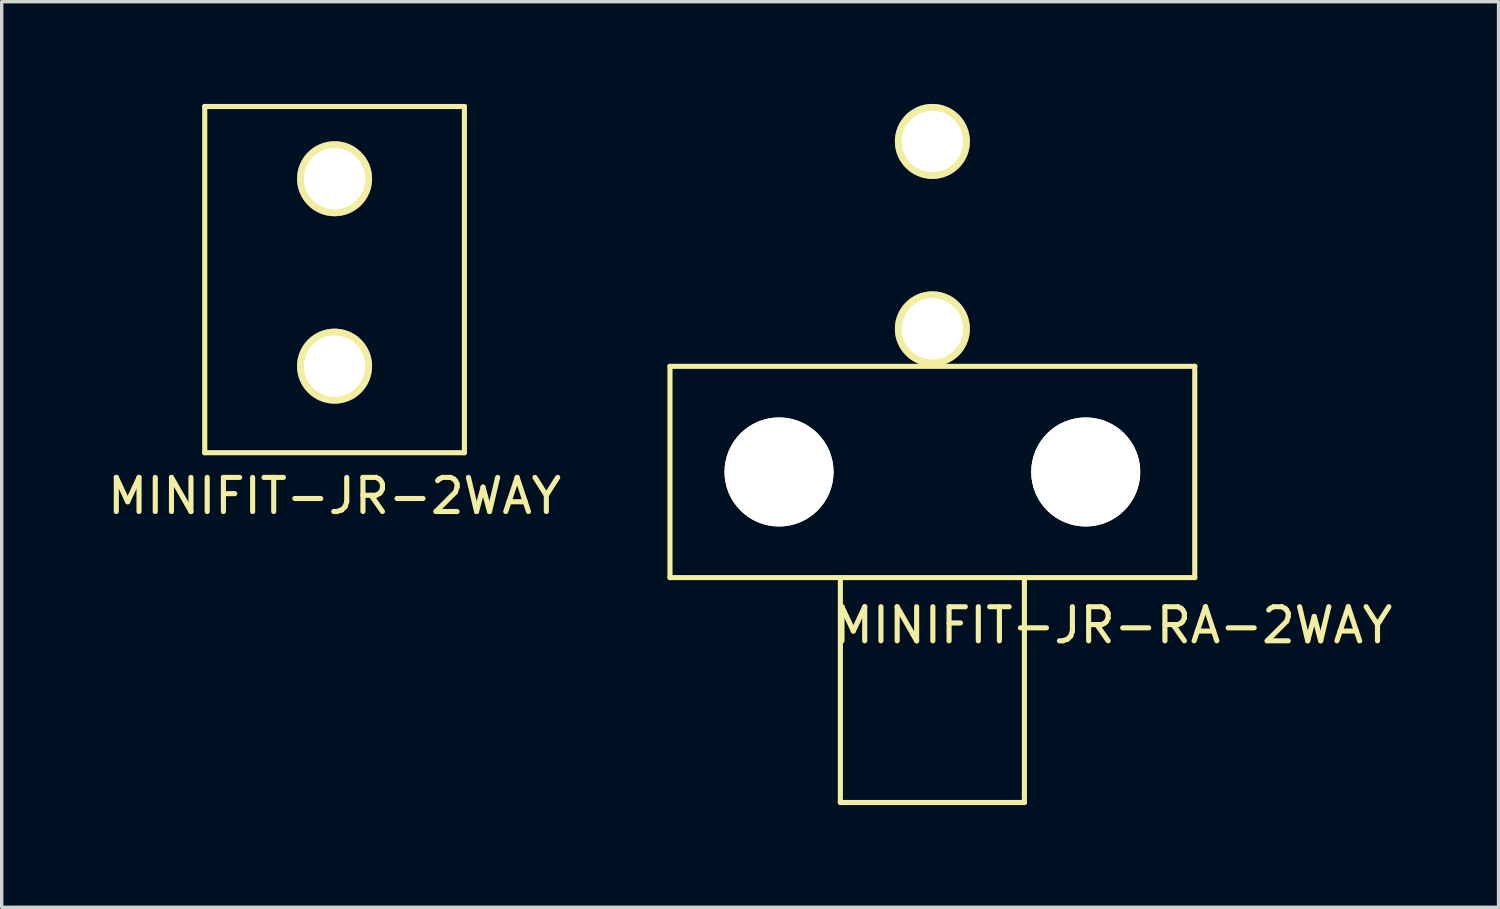
<source format=kicad_pcb>
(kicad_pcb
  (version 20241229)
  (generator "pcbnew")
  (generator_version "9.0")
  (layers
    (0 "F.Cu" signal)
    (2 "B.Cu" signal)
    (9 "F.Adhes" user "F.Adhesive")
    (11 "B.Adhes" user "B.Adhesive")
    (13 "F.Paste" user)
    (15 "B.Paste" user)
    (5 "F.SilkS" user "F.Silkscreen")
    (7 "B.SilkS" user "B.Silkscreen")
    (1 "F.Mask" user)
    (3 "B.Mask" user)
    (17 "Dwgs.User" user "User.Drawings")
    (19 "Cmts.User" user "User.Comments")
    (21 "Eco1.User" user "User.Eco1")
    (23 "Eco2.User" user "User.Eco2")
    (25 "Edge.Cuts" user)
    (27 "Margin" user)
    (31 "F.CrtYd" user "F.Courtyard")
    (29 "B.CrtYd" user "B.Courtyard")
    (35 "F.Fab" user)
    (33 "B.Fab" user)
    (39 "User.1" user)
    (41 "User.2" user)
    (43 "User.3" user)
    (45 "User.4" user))
  (footprint "MINIFIT-JR-RA-2WAY"
    (layer "F.Cu")
    (at 24.311 6.6)
    (property "Reference" "MINIFIT-JR-RA-2WAY" (at 5.3 8.7 0) (layer "F.SilkS") (effects (font (size 1 1) (thickness 0.15))))
    (attr through_hole)
    (fp_line (start -7.7 1.1) (end -7.7 7.3) (stroke (width 0.15) (type solid)) (layer "F.SilkS"))
    (fp_line (start -7.7 1.1) (end 7.7 1.1) (stroke (width 0.15) (type solid)) (layer "F.SilkS"))
    (fp_line (start -7.7 7.3) (end 7.7 7.3) (stroke (width 0.15) (type solid)) (layer "F.SilkS"))
    (fp_line (start -2.7 13.9) (end -2.7 7.3) (stroke (width 0.15) (type solid)) (layer "F.SilkS"))
    (fp_line (start 2.7 7.3) (end 2.7 13.9) (stroke (width 0.15) (type solid)) (layer "F.SilkS"))
    (fp_line (start 2.7 13.9) (end -2.7 13.9) (stroke (width 0.15) (type solid)) (layer "F.SilkS"))
    (fp_line (start 7.7 7.3) (end 7.7 1.1) (stroke (width 0.15) (type solid)) (layer "F.SilkS"))
    (pad "" np_thru_hole circle (at -4.5 4.2) (size 3.2 3.2) (drill 3.2) (layers "*.Cu" "*.Mask" "F.SilkS"))
    (pad "" np_thru_hole circle (at 4.5 4.2) (size 3.2 3.2) (drill 3.2) (layers "*.Cu" "*.Mask" "F.SilkS"))
    (pad "1" thru_hole circle (at 0 0) (size 2.2 2.2) (drill 1.8) (layers "*.Cu" "*.Mask" "F.SilkS"))
    (pad "2" thru_hole circle (at 0 -5.5) (size 2.2 2.2) (drill 1.8) (layers "*.Cu" "*.Mask" "F.SilkS")))
  (footprint "MINIFIT-JR-2WAY"
    (layer "F.Cu")
    (at 6.768 7.695)
    (property "Reference" "MINIFIT-JR-2WAY" (at 0 3.81 0) (layer "F.SilkS") (effects (font (size 1 1) (thickness 0.15))))
    (attr through_hole)
    (fp_line (start -3.81 -7.62) (end -3.81 2.54) (stroke (width 0.15) (type solid)) (layer "F.SilkS"))
    (fp_line (start -3.81 2.54) (end 3.81 2.54) (stroke (width 0.15) (type solid)) (layer "F.SilkS"))
    (fp_line (start 3.81 -7.62) (end -3.81 -7.62) (stroke (width 0.15) (type solid)) (layer "F.SilkS"))
    (fp_line (start 3.81 2.54) (end 3.81 -7.62) (stroke (width 0.15) (type solid)) (layer "F.SilkS"))
    (pad "1" thru_hole circle (at 0 0) (size 2.2 2.2) (drill 1.8) (layers "*.Cu" "*.Mask" "F.SilkS"))
    (pad "2" thru_hole circle (at 0 -5.5) (size 2.2 2.2) (drill 1.8) (layers "*.Cu" "*.Mask" "F.SilkS")))
  (gr_rect
    (start -3 -3)
    (end 40.926 23.575)
    (stroke (width 0.1) (type default))
    (fill no)
    (layer "Edge.Cuts")))
</source>
